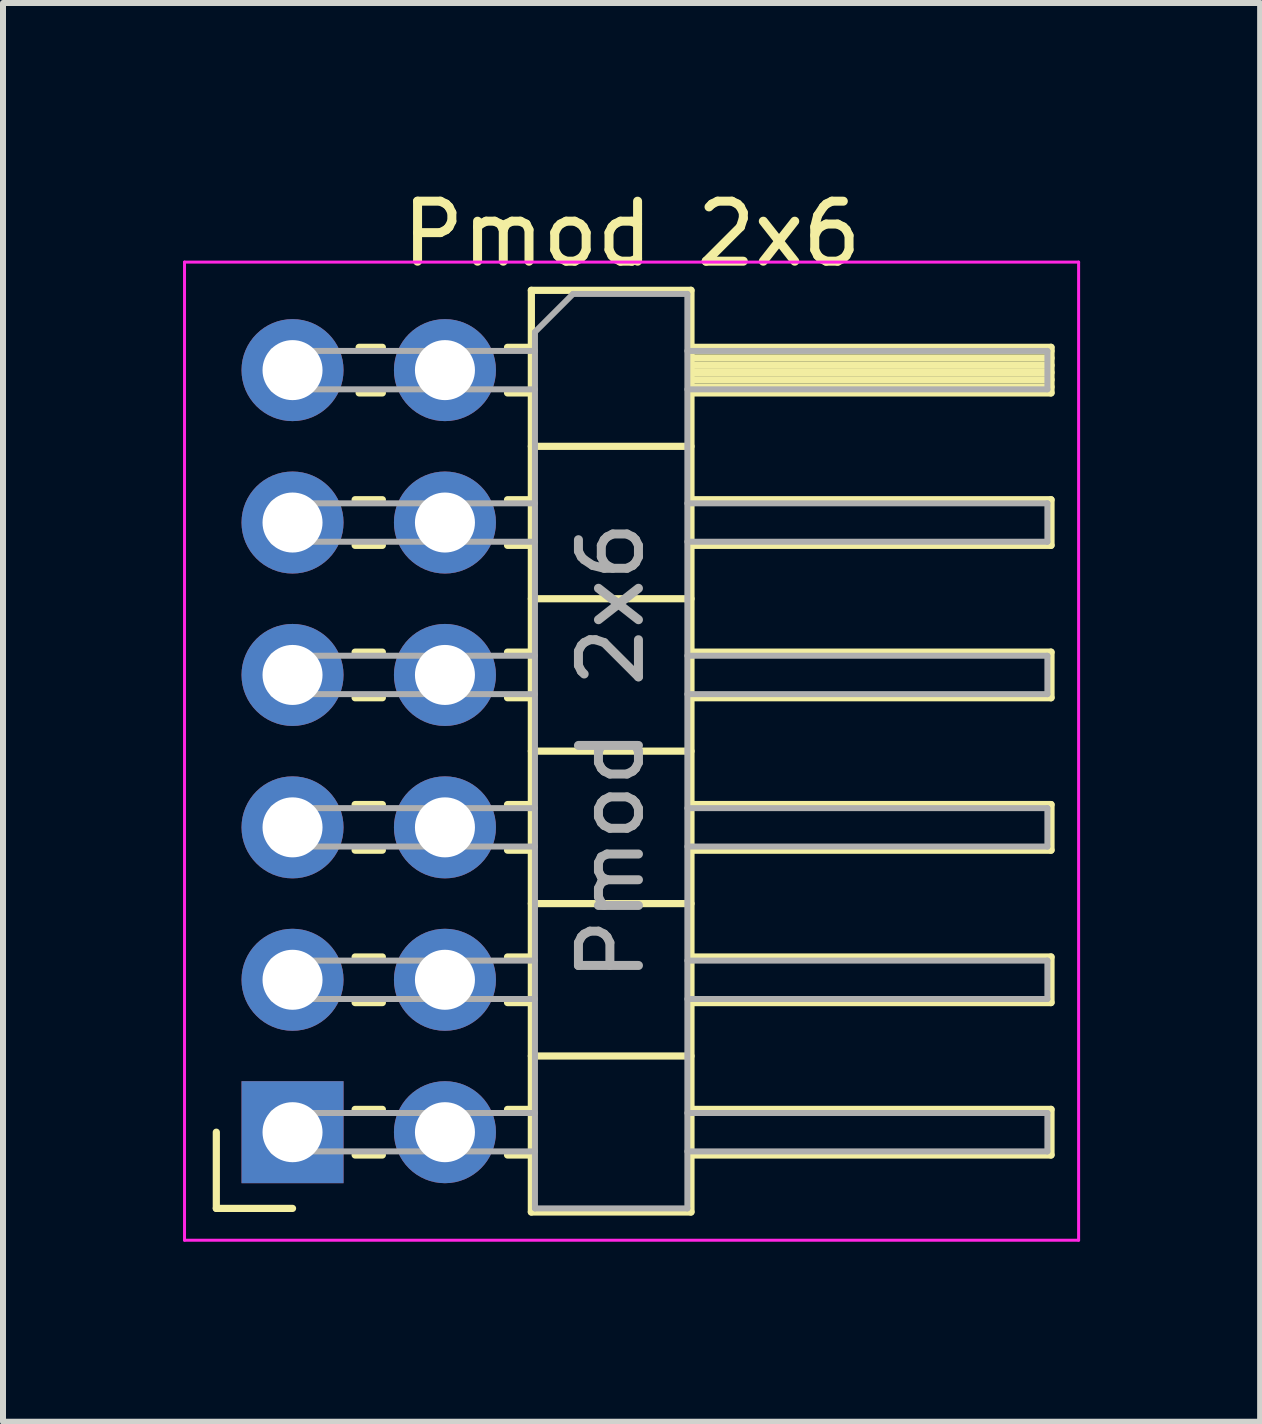
<source format=kicad_pcb>
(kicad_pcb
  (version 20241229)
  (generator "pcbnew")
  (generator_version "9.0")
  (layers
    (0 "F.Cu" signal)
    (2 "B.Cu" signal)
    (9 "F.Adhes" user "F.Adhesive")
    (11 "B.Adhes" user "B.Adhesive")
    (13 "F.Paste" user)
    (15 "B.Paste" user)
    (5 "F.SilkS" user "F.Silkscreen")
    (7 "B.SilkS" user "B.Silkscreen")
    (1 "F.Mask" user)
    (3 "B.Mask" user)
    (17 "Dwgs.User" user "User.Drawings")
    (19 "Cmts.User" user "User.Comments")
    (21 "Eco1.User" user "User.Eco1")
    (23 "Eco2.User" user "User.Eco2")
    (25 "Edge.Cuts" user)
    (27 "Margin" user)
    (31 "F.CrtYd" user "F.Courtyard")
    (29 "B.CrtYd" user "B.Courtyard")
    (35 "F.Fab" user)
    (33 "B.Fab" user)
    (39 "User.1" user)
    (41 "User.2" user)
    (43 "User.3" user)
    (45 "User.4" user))
  (footprint "Pmod 2x6"
    (layer "F.Cu")
    (at 1.825 3.118)
    (property "Reference" "Pmod 2x6" (at 5.655 -2.27 0) (layer "F.SilkS") (effects (font (size 1 1) (thickness 0.15))))
    (attr through_hole)
    (fp_line (start -1.27 13.97) (end -1.27 12.7) (stroke (width 0.12) (type solid)) (layer "F.SilkS"))
    (fp_line (start 0 13.97) (end -1.27 13.97) (stroke (width 0.12) (type solid)) (layer "F.SilkS"))
    (fp_line (start 1.043 2.16) (end 1.497 2.16) (stroke (width 0.12) (type solid)) (layer "F.SilkS"))
    (fp_line (start 1.043 2.92) (end 1.497 2.92) (stroke (width 0.12) (type solid)) (layer "F.SilkS"))
    (fp_line (start 1.043 4.7) (end 1.497 4.7) (stroke (width 0.12) (type solid)) (layer "F.SilkS"))
    (fp_line (start 1.043 5.46) (end 1.497 5.46) (stroke (width 0.12) (type solid)) (layer "F.SilkS"))
    (fp_line (start 1.043 7.24) (end 1.497 7.24) (stroke (width 0.12) (type solid)) (layer "F.SilkS"))
    (fp_line (start 1.043 8) (end 1.497 8) (stroke (width 0.12) (type solid)) (layer "F.SilkS"))
    (fp_line (start 1.043 9.78) (end 1.497 9.78) (stroke (width 0.12) (type solid)) (layer "F.SilkS"))
    (fp_line (start 1.043 10.54) (end 1.497 10.54) (stroke (width 0.12) (type solid)) (layer "F.SilkS"))
    (fp_line (start 1.043 12.32) (end 1.497 12.32) (stroke (width 0.12) (type solid)) (layer "F.SilkS"))
    (fp_line (start 1.043 13.08) (end 1.497 13.08) (stroke (width 0.12) (type solid)) (layer "F.SilkS"))
    (fp_line (start 1.11 -0.38) (end 1.497 -0.38) (stroke (width 0.12) (type solid)) (layer "F.SilkS"))
    (fp_line (start 1.11 0.38) (end 1.497 0.38) (stroke (width 0.12) (type solid)) (layer "F.SilkS"))
    (fp_line (start 3.583 -0.38) (end 3.98 -0.38) (stroke (width 0.12) (type solid)) (layer "F.SilkS"))
    (fp_line (start 3.583 0.38) (end 3.98 0.38) (stroke (width 0.12) (type solid)) (layer "F.SilkS"))
    (fp_line (start 3.583 2.16) (end 3.98 2.16) (stroke (width 0.12) (type solid)) (layer "F.SilkS"))
    (fp_line (start 3.583 2.92) (end 3.98 2.92) (stroke (width 0.12) (type solid)) (layer "F.SilkS"))
    (fp_line (start 3.583 4.7) (end 3.98 4.7) (stroke (width 0.12) (type solid)) (layer "F.SilkS"))
    (fp_line (start 3.583 5.46) (end 3.98 5.46) (stroke (width 0.12) (type solid)) (layer "F.SilkS"))
    (fp_line (start 3.583 7.24) (end 3.98 7.24) (stroke (width 0.12) (type solid)) (layer "F.SilkS"))
    (fp_line (start 3.583 8) (end 3.98 8) (stroke (width 0.12) (type solid)) (layer "F.SilkS"))
    (fp_line (start 3.583 9.78) (end 3.98 9.78) (stroke (width 0.12) (type solid)) (layer "F.SilkS"))
    (fp_line (start 3.583 10.54) (end 3.98 10.54) (stroke (width 0.12) (type solid)) (layer "F.SilkS"))
    (fp_line (start 3.583 12.32) (end 3.98 12.32) (stroke (width 0.12) (type solid)) (layer "F.SilkS"))
    (fp_line (start 3.583 13.08) (end 3.98 13.08) (stroke (width 0.12) (type solid)) (layer "F.SilkS"))
    (fp_line (start 3.98 -1.33) (end 3.98 14.03) (stroke (width 0.12) (type solid)) (layer "F.SilkS"))
    (fp_line (start 3.98 1.27) (end 6.64 1.27) (stroke (width 0.12) (type solid)) (layer "F.SilkS"))
    (fp_line (start 3.98 3.81) (end 6.64 3.81) (stroke (width 0.12) (type solid)) (layer "F.SilkS"))
    (fp_line (start 3.98 6.35) (end 6.64 6.35) (stroke (width 0.12) (type solid)) (layer "F.SilkS"))
    (fp_line (start 3.98 8.89) (end 6.64 8.89) (stroke (width 0.12) (type solid)) (layer "F.SilkS"))
    (fp_line (start 3.98 11.43) (end 6.64 11.43) (stroke (width 0.12) (type solid)) (layer "F.SilkS"))
    (fp_line (start 3.98 14.03) (end 6.64 14.03) (stroke (width 0.12) (type solid)) (layer "F.SilkS"))
    (fp_line (start 6.64 -1.33) (end 3.98 -1.33) (stroke (width 0.12) (type solid)) (layer "F.SilkS"))
    (fp_line (start 6.64 -0.38) (end 12.64 -0.38) (stroke (width 0.12) (type solid)) (layer "F.SilkS"))
    (fp_line (start 6.64 -0.32) (end 12.64 -0.32) (stroke (width 0.12) (type solid)) (layer "F.SilkS"))
    (fp_line (start 6.64 -0.2) (end 12.64 -0.2) (stroke (width 0.12) (type solid)) (layer "F.SilkS"))
    (fp_line (start 6.64 -0.08) (end 12.64 -0.08) (stroke (width 0.12) (type solid)) (layer "F.SilkS"))
    (fp_line (start 6.64 0.04) (end 12.64 0.04) (stroke (width 0.12) (type solid)) (layer "F.SilkS"))
    (fp_line (start 6.64 0.16) (end 12.64 0.16) (stroke (width 0.12) (type solid)) (layer "F.SilkS"))
    (fp_line (start 6.64 0.28) (end 12.64 0.28) (stroke (width 0.12) (type solid)) (layer "F.SilkS"))
    (fp_line (start 6.64 2.16) (end 12.64 2.16) (stroke (width 0.12) (type solid)) (layer "F.SilkS"))
    (fp_line (start 6.64 4.7) (end 12.64 4.7) (stroke (width 0.12) (type solid)) (layer "F.SilkS"))
    (fp_line (start 6.64 7.24) (end 12.64 7.24) (stroke (width 0.12) (type solid)) (layer "F.SilkS"))
    (fp_line (start 6.64 9.78) (end 12.64 9.78) (stroke (width 0.12) (type solid)) (layer "F.SilkS"))
    (fp_line (start 6.64 12.32) (end 12.64 12.32) (stroke (width 0.12) (type solid)) (layer "F.SilkS"))
    (fp_line (start 6.64 14.03) (end 6.64 -1.33) (stroke (width 0.12) (type solid)) (layer "F.SilkS"))
    (fp_line (start 12.64 -0.38) (end 12.64 0.38) (stroke (width 0.12) (type solid)) (layer "F.SilkS"))
    (fp_line (start 12.64 0.38) (end 6.64 0.38) (stroke (width 0.12) (type solid)) (layer "F.SilkS"))
    (fp_line (start 12.64 2.16) (end 12.64 2.92) (stroke (width 0.12) (type solid)) (layer "F.SilkS"))
    (fp_line (start 12.64 2.92) (end 6.64 2.92) (stroke (width 0.12) (type solid)) (layer "F.SilkS"))
    (fp_line (start 12.64 4.7) (end 12.64 5.46) (stroke (width 0.12) (type solid)) (layer "F.SilkS"))
    (fp_line (start 12.64 5.46) (end 6.64 5.46) (stroke (width 0.12) (type solid)) (layer "F.SilkS"))
    (fp_line (start 12.64 7.24) (end 12.64 8) (stroke (width 0.12) (type solid)) (layer "F.SilkS"))
    (fp_line (start 12.64 8) (end 6.64 8) (stroke (width 0.12) (type solid)) (layer "F.SilkS"))
    (fp_line (start 12.64 9.78) (end 12.64 10.54) (stroke (width 0.12) (type solid)) (layer "F.SilkS"))
    (fp_line (start 12.64 10.54) (end 6.64 10.54) (stroke (width 0.12) (type solid)) (layer "F.SilkS"))
    (fp_line (start 12.64 12.32) (end 12.64 13.08) (stroke (width 0.12) (type solid)) (layer "F.SilkS"))
    (fp_line (start 12.64 13.08) (end 6.64 13.08) (stroke (width 0.12) (type solid)) (layer "F.SilkS"))
    (fp_line (start -1.8 -1.8) (end -1.8 14.5) (stroke (width 0.05) (type solid)) (layer "F.CrtYd"))
    (fp_line (start -1.8 14.5) (end 13.1 14.5) (stroke (width 0.05) (type solid)) (layer "F.CrtYd"))
    (fp_line (start 13.1 -1.8) (end -1.8 -1.8) (stroke (width 0.05) (type solid)) (layer "F.CrtYd"))
    (fp_line (start 13.1 14.5) (end 13.1 -1.8) (stroke (width 0.05) (type solid)) (layer "F.CrtYd"))
    (fp_line (start -0.32 -0.32) (end -0.32 0.32) (stroke (width 0.1) (type solid)) (layer "F.Fab"))
    (fp_line (start -0.32 -0.32) (end 4.04 -0.32) (stroke (width 0.1) (type solid)) (layer "F.Fab"))
    (fp_line (start -0.32 0.32) (end 4.04 0.32) (stroke (width 0.1) (type solid)) (layer "F.Fab"))
    (fp_line (start -0.32 2.22) (end -0.32 2.86) (stroke (width 0.1) (type solid)) (layer "F.Fab"))
    (fp_line (start -0.32 2.22) (end 4.04 2.22) (stroke (width 0.1) (type solid)) (layer "F.Fab"))
    (fp_line (start -0.32 2.86) (end 4.04 2.86) (stroke (width 0.1) (type solid)) (layer "F.Fab"))
    (fp_line (start -0.32 4.76) (end -0.32 5.4) (stroke (width 0.1) (type solid)) (layer "F.Fab"))
    (fp_line (start -0.32 4.76) (end 4.04 4.76) (stroke (width 0.1) (type solid)) (layer "F.Fab"))
    (fp_line (start -0.32 5.4) (end 4.04 5.4) (stroke (width 0.1) (type solid)) (layer "F.Fab"))
    (fp_line (start -0.32 7.3) (end -0.32 7.94) (stroke (width 0.1) (type solid)) (layer "F.Fab"))
    (fp_line (start -0.32 7.3) (end 4.04 7.3) (stroke (width 0.1) (type solid)) (layer "F.Fab"))
    (fp_line (start -0.32 7.94) (end 4.04 7.94) (stroke (width 0.1) (type solid)) (layer "F.Fab"))
    (fp_line (start -0.32 9.84) (end -0.32 10.48) (stroke (width 0.1) (type solid)) (layer "F.Fab"))
    (fp_line (start -0.32 9.84) (end 4.04 9.84) (stroke (width 0.1) (type solid)) (layer "F.Fab"))
    (fp_line (start -0.32 10.48) (end 4.04 10.48) (stroke (width 0.1) (type solid)) (layer "F.Fab"))
    (fp_line (start -0.32 12.38) (end -0.32 13.02) (stroke (width 0.1) (type solid)) (layer "F.Fab"))
    (fp_line (start -0.32 12.38) (end 4.04 12.38) (stroke (width 0.1) (type solid)) (layer "F.Fab"))
    (fp_line (start -0.32 13.02) (end 4.04 13.02) (stroke (width 0.1) (type solid)) (layer "F.Fab"))
    (fp_line (start 4.04 -0.635) (end 4.675 -1.27) (stroke (width 0.1) (type solid)) (layer "F.Fab"))
    (fp_line (start 4.04 13.97) (end 4.04 -0.635) (stroke (width 0.1) (type solid)) (layer "F.Fab"))
    (fp_line (start 4.675 -1.27) (end 6.58 -1.27) (stroke (width 0.1) (type solid)) (layer "F.Fab"))
    (fp_line (start 6.58 -1.27) (end 6.58 13.97) (stroke (width 0.1) (type solid)) (layer "F.Fab"))
    (fp_line (start 6.58 -0.32) (end 12.58 -0.32) (stroke (width 0.1) (type solid)) (layer "F.Fab"))
    (fp_line (start 6.58 0.32) (end 12.58 0.32) (stroke (width 0.1) (type solid)) (layer "F.Fab"))
    (fp_line (start 6.58 2.22) (end 12.58 2.22) (stroke (width 0.1) (type solid)) (layer "F.Fab"))
    (fp_line (start 6.58 2.86) (end 12.58 2.86) (stroke (width 0.1) (type solid)) (layer "F.Fab"))
    (fp_line (start 6.58 4.76) (end 12.58 4.76) (stroke (width 0.1) (type solid)) (layer "F.Fab"))
    (fp_line (start 6.58 5.4) (end 12.58 5.4) (stroke (width 0.1) (type solid)) (layer "F.Fab"))
    (fp_line (start 6.58 7.3) (end 12.58 7.3) (stroke (width 0.1) (type solid)) (layer "F.Fab"))
    (fp_line (start 6.58 7.94) (end 12.58 7.94) (stroke (width 0.1) (type solid)) (layer "F.Fab"))
    (fp_line (start 6.58 9.84) (end 12.58 9.84) (stroke (width 0.1) (type solid)) (layer "F.Fab"))
    (fp_line (start 6.58 10.48) (end 12.58 10.48) (stroke (width 0.1) (type solid)) (layer "F.Fab"))
    (fp_line (start 6.58 12.38) (end 12.58 12.38) (stroke (width 0.1) (type solid)) (layer "F.Fab"))
    (fp_line (start 6.58 13.02) (end 12.58 13.02) (stroke (width 0.1) (type solid)) (layer "F.Fab"))
    (fp_line (start 6.58 13.97) (end 4.04 13.97) (stroke (width 0.1) (type solid)) (layer "F.Fab"))
    (fp_line (start 12.58 -0.32) (end 12.58 0.32) (stroke (width 0.1) (type solid)) (layer "F.Fab"))
    (fp_line (start 12.58 2.22) (end 12.58 2.86) (stroke (width 0.1) (type solid)) (layer "F.Fab"))
    (fp_line (start 12.58 4.76) (end 12.58 5.4) (stroke (width 0.1) (type solid)) (layer "F.Fab"))
    (fp_line (start 12.58 7.3) (end 12.58 7.94) (stroke (width 0.1) (type solid)) (layer "F.Fab"))
    (fp_line (start 12.58 9.84) (end 12.58 10.48) (stroke (width 0.1) (type solid)) (layer "F.Fab"))
    (fp_line (start 12.58 12.38) (end 12.58 13.02) (stroke (width 0.1) (type solid)) (layer "F.Fab"))
    (fp_text user "${REFERENCE}" (at 5.31 6.35 90) (layer "F.Fab") (effects (font (size 1 1) (thickness 0.15))))
    (pad "1" thru_hole rect (at 0 12.7) (size 1.7 1.7) (drill 1) (layers "*.Cu" "*.Mask"))
    (pad "2" thru_hole oval (at 0 10.16) (size 1.7 1.7) (drill 1) (layers "*.Cu" "*.Mask"))
    (pad "3" thru_hole oval (at 0 7.62) (size 1.7 1.7) (drill 1) (layers "*.Cu" "*.Mask"))
    (pad "4" thru_hole oval (at 0 5.08) (size 1.7 1.7) (drill 1) (layers "*.Cu" "*.Mask"))
    (pad "5" thru_hole oval (at 0 2.54) (size 1.7 1.7) (drill 1) (layers "*.Cu" "*.Mask"))
    (pad "6" thru_hole oval (at 0 0) (size 1.7 1.7) (drill 1) (layers "*.Cu" "*.Mask"))
    (pad "7" thru_hole oval (at 2.54 12.7) (size 1.7 1.7) (drill 1) (layers "*.Cu" "*.Mask"))
    (pad "8" thru_hole oval (at 2.54 10.16) (size 1.7 1.7) (drill 1) (layers "*.Cu" "*.Mask"))
    (pad "9" thru_hole oval (at 2.54 7.62) (size 1.7 1.7) (drill 1) (layers "*.Cu" "*.Mask"))
    (pad "10" thru_hole oval (at 2.54 5.08) (size 1.7 1.7) (drill 1) (layers "*.Cu" "*.Mask"))
    (pad "11" thru_hole oval (at 2.54 2.54) (size 1.7 1.7) (drill 1) (layers "*.Cu" "*.Mask"))
    (pad "12" thru_hole oval (at 2.54 0) (size 1.7 1.7) (drill 1) (layers "*.Cu" "*.Mask")))
  (gr_rect
    (start -3 -3)
    (end 17.95 20.643)
    (stroke (width 0.1) (type default))
    (fill no)
    (layer "Edge.Cuts")))
</source>
